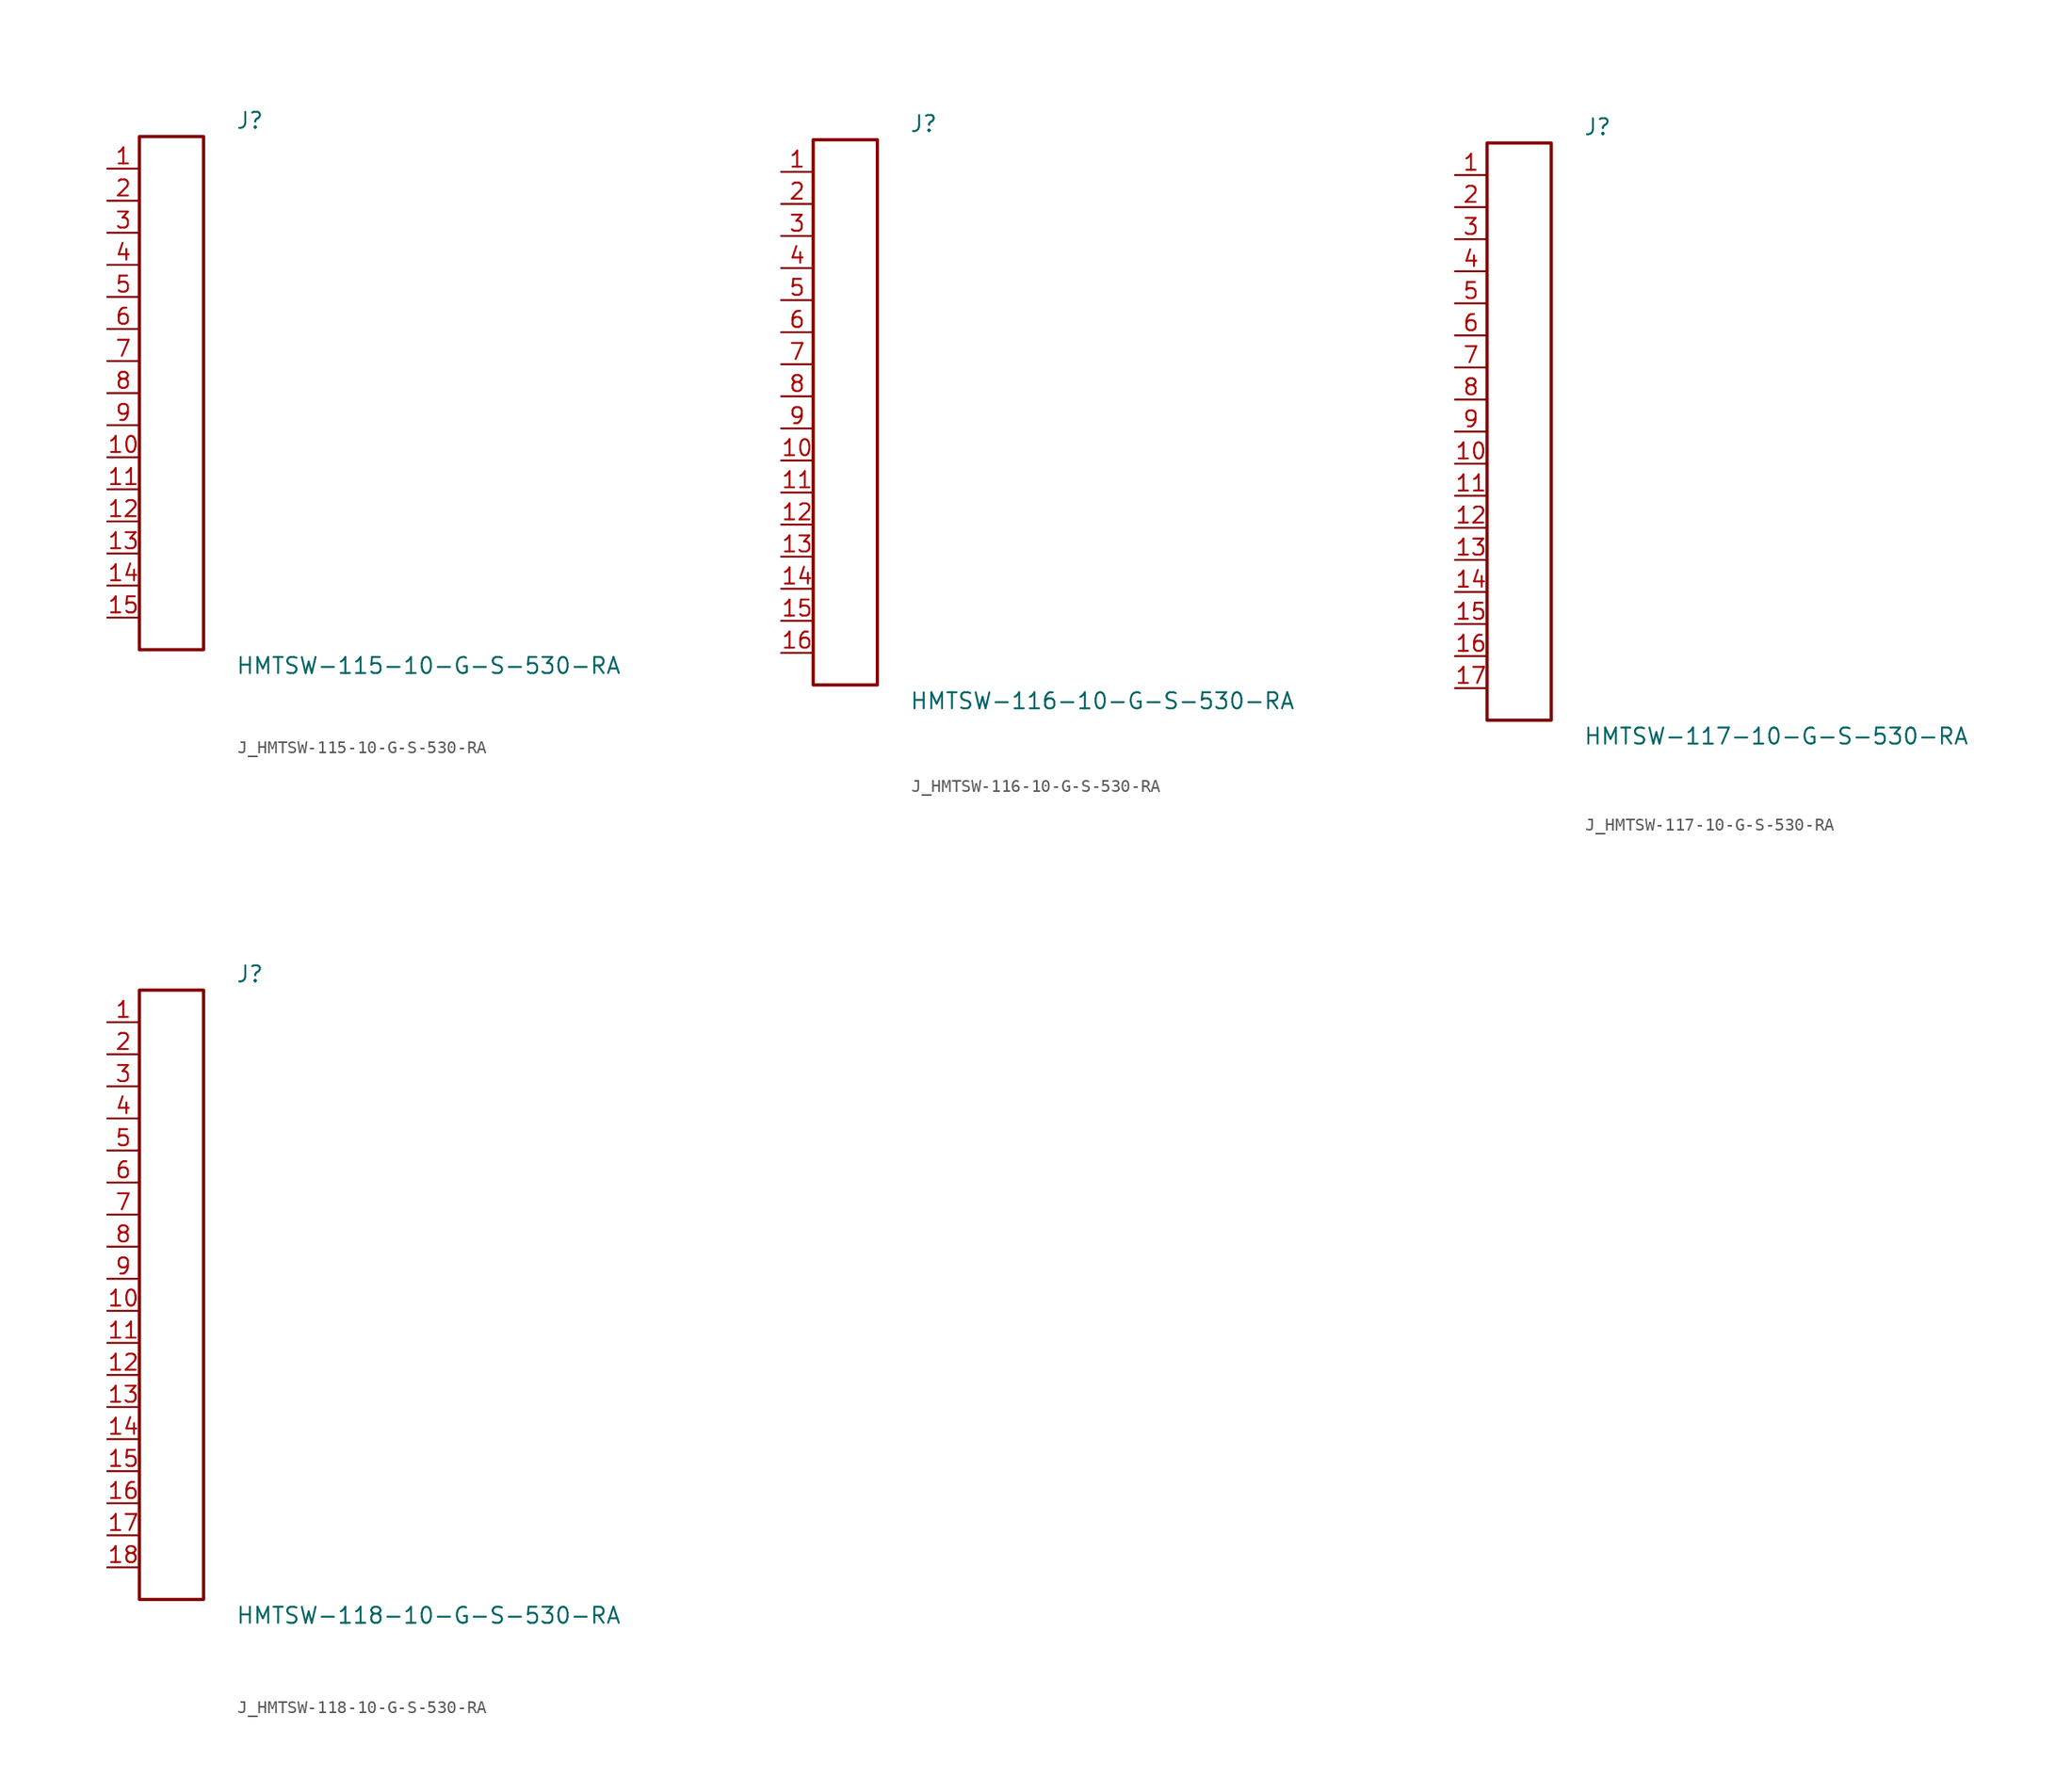
<source format=kicad_sym>
(kicad_symbol_lib
  (version 20231120)
  (generator kicad_symbol_editor)
  (generator_version 8.0)
  (symbol "J_HMTSW-115-10-G-S-530-RA"
    (pin_names
      (offset 0.254))
    (property "Reference" "J"
      (at 5.08 21.59 0)
      (effects (font (size 1.27 1.27)) (justify left)))
    (property "Value" "HMTSW-115-10-G-S-530-RA"
      (at 5.08 -21.59 0)
      (effects (font (size 1.27 1.27)) (justify left)))
    (symbol "J_HMTSW-115-10-G-S-530-RA_0_0"
      (pin unspecified line (at -5.08 17.78 0) (length 2.54) (name "" (effects (font (size 1.27 1.27)))) (number "1" (effects (font (size 1.27 1.27)))))
      (pin unspecified line (at -5.08 15.24 0) (length 2.54) (name "" (effects (font (size 1.27 1.27)))) (number "2" (effects (font (size 1.27 1.27)))))
      (pin unspecified line (at -5.08 12.7 0) (length 2.54) (name "" (effects (font (size 1.27 1.27)))) (number "3" (effects (font (size 1.27 1.27)))))
      (pin unspecified line (at -5.08 10.16 0) (length 2.54) (name "" (effects (font (size 1.27 1.27)))) (number "4" (effects (font (size 1.27 1.27)))))
      (pin unspecified line (at -5.08 7.62 0) (length 2.54) (name "" (effects (font (size 1.27 1.27)))) (number "5" (effects (font (size 1.27 1.27)))))
      (pin unspecified line (at -5.08 5.08 0) (length 2.54) (name "" (effects (font (size 1.27 1.27)))) (number "6" (effects (font (size 1.27 1.27)))))
      (pin unspecified line (at -5.08 2.54 0) (length 2.54) (name "" (effects (font (size 1.27 1.27)))) (number "7" (effects (font (size 1.27 1.27)))))
      (pin unspecified line (at -5.08 0.0 0) (length 2.54) (name "" (effects (font (size 1.27 1.27)))) (number "8" (effects (font (size 1.27 1.27)))))
      (pin unspecified line (at -5.08 -2.54 0) (length 2.54) (name "" (effects (font (size 1.27 1.27)))) (number "9" (effects (font (size 1.27 1.27)))))
      (pin unspecified line (at -5.08 -5.08 0) (length 2.54) (name "" (effects (font (size 1.27 1.27)))) (number "10" (effects (font (size 1.27 1.27)))))
      (pin unspecified line (at -5.08 -7.62 0) (length 2.54) (name "" (effects (font (size 1.27 1.27)))) (number "11" (effects (font (size 1.27 1.27)))))
      (pin unspecified line (at -5.08 -10.16 0) (length 2.54) (name "" (effects (font (size 1.27 1.27)))) (number "12" (effects (font (size 1.27 1.27)))))
      (pin unspecified line (at -5.08 -12.7 0) (length 2.54) (name "" (effects (font (size 1.27 1.27)))) (number "13" (effects (font (size 1.27 1.27)))))
      (pin unspecified line (at -5.08 -15.24 0) (length 2.54) (name "" (effects (font (size 1.27 1.27)))) (number "14" (effects (font (size 1.27 1.27)))))
      (pin unspecified line (at -5.08 -17.78 0) (length 2.54) (name "" (effects (font (size 1.27 1.27)))) (number "15" (effects (font (size 1.27 1.27))))))
    (symbol "J_HMTSW-115-10-G-S-530-RA_1_0"
      (rectangle (start -2.54 20.32) (end 2.54 -20.32) (stroke (width 0.254) (type solid)) (fill (type none)))))
  (symbol "J_HMTSW-116-10-G-S-530-RA"
    (pin_names
      (offset 0.254))
    (property "Reference" "J"
      (at 5.08 22.86 0)
      (effects (font (size 1.27 1.27)) (justify left)))
    (property "Value" "HMTSW-116-10-G-S-530-RA"
      (at 5.08 -22.86 0)
      (effects (font (size 1.27 1.27)) (justify left)))
    (symbol "J_HMTSW-116-10-G-S-530-RA_0_0"
      (pin unspecified line (at -5.08 19.05 0) (length 2.54) (name "" (effects (font (size 1.27 1.27)))) (number "1" (effects (font (size 1.27 1.27)))))
      (pin unspecified line (at -5.08 16.51 0) (length 2.54) (name "" (effects (font (size 1.27 1.27)))) (number "2" (effects (font (size 1.27 1.27)))))
      (pin unspecified line (at -5.08 13.97 0) (length 2.54) (name "" (effects (font (size 1.27 1.27)))) (number "3" (effects (font (size 1.27 1.27)))))
      (pin unspecified line (at -5.08 11.43 0) (length 2.54) (name "" (effects (font (size 1.27 1.27)))) (number "4" (effects (font (size 1.27 1.27)))))
      (pin unspecified line (at -5.08 8.89 0) (length 2.54) (name "" (effects (font (size 1.27 1.27)))) (number "5" (effects (font (size 1.27 1.27)))))
      (pin unspecified line (at -5.08 6.35 0) (length 2.54) (name "" (effects (font (size 1.27 1.27)))) (number "6" (effects (font (size 1.27 1.27)))))
      (pin unspecified line (at -5.08 3.81 0) (length 2.54) (name "" (effects (font (size 1.27 1.27)))) (number "7" (effects (font (size 1.27 1.27)))))
      (pin unspecified line (at -5.08 1.27 0) (length 2.54) (name "" (effects (font (size 1.27 1.27)))) (number "8" (effects (font (size 1.27 1.27)))))
      (pin unspecified line (at -5.08 -1.27 0) (length 2.54) (name "" (effects (font (size 1.27 1.27)))) (number "9" (effects (font (size 1.27 1.27)))))
      (pin unspecified line (at -5.08 -3.81 0) (length 2.54) (name "" (effects (font (size 1.27 1.27)))) (number "10" (effects (font (size 1.27 1.27)))))
      (pin unspecified line (at -5.08 -6.35 0) (length 2.54) (name "" (effects (font (size 1.27 1.27)))) (number "11" (effects (font (size 1.27 1.27)))))
      (pin unspecified line (at -5.08 -8.89 0) (length 2.54) (name "" (effects (font (size 1.27 1.27)))) (number "12" (effects (font (size 1.27 1.27)))))
      (pin unspecified line (at -5.08 -11.43 0) (length 2.54) (name "" (effects (font (size 1.27 1.27)))) (number "13" (effects (font (size 1.27 1.27)))))
      (pin unspecified line (at -5.08 -13.97 0) (length 2.54) (name "" (effects (font (size 1.27 1.27)))) (number "14" (effects (font (size 1.27 1.27)))))
      (pin unspecified line (at -5.08 -16.51 0) (length 2.54) (name "" (effects (font (size 1.27 1.27)))) (number "15" (effects (font (size 1.27 1.27)))))
      (pin unspecified line (at -5.08 -19.05 0) (length 2.54) (name "" (effects (font (size 1.27 1.27)))) (number "16" (effects (font (size 1.27 1.27))))))
    (symbol "J_HMTSW-116-10-G-S-530-RA_1_0"
      (rectangle (start -2.54 21.59) (end 2.54 -21.59) (stroke (width 0.254) (type solid)) (fill (type none)))))
  (symbol "J_HMTSW-117-10-G-S-530-RA"
    (pin_names
      (offset 0.254))
    (property "Reference" "J"
      (at 5.08 24.13 0)
      (effects (font (size 1.27 1.27)) (justify left)))
    (property "Value" "HMTSW-117-10-G-S-530-RA"
      (at 5.08 -24.13 0)
      (effects (font (size 1.27 1.27)) (justify left)))
    (symbol "J_HMTSW-117-10-G-S-530-RA_0_0"
      (pin unspecified line (at -5.08 20.32 0) (length 2.54) (name "" (effects (font (size 1.27 1.27)))) (number "1" (effects (font (size 1.27 1.27)))))
      (pin unspecified line (at -5.08 17.78 0) (length 2.54) (name "" (effects (font (size 1.27 1.27)))) (number "2" (effects (font (size 1.27 1.27)))))
      (pin unspecified line (at -5.08 15.24 0) (length 2.54) (name "" (effects (font (size 1.27 1.27)))) (number "3" (effects (font (size 1.27 1.27)))))
      (pin unspecified line (at -5.08 12.7 0) (length 2.54) (name "" (effects (font (size 1.27 1.27)))) (number "4" (effects (font (size 1.27 1.27)))))
      (pin unspecified line (at -5.08 10.16 0) (length 2.54) (name "" (effects (font (size 1.27 1.27)))) (number "5" (effects (font (size 1.27 1.27)))))
      (pin unspecified line (at -5.08 7.62 0) (length 2.54) (name "" (effects (font (size 1.27 1.27)))) (number "6" (effects (font (size 1.27 1.27)))))
      (pin unspecified line (at -5.08 5.08 0) (length 2.54) (name "" (effects (font (size 1.27 1.27)))) (number "7" (effects (font (size 1.27 1.27)))))
      (pin unspecified line (at -5.08 2.54 0) (length 2.54) (name "" (effects (font (size 1.27 1.27)))) (number "8" (effects (font (size 1.27 1.27)))))
      (pin unspecified line (at -5.08 0.0 0) (length 2.54) (name "" (effects (font (size 1.27 1.27)))) (number "9" (effects (font (size 1.27 1.27)))))
      (pin unspecified line (at -5.08 -2.54 0) (length 2.54) (name "" (effects (font (size 1.27 1.27)))) (number "10" (effects (font (size 1.27 1.27)))))
      (pin unspecified line (at -5.08 -5.08 0) (length 2.54) (name "" (effects (font (size 1.27 1.27)))) (number "11" (effects (font (size 1.27 1.27)))))
      (pin unspecified line (at -5.08 -7.62 0) (length 2.54) (name "" (effects (font (size 1.27 1.27)))) (number "12" (effects (font (size 1.27 1.27)))))
      (pin unspecified line (at -5.08 -10.16 0) (length 2.54) (name "" (effects (font (size 1.27 1.27)))) (number "13" (effects (font (size 1.27 1.27)))))
      (pin unspecified line (at -5.08 -12.7 0) (length 2.54) (name "" (effects (font (size 1.27 1.27)))) (number "14" (effects (font (size 1.27 1.27)))))
      (pin unspecified line (at -5.08 -15.24 0) (length 2.54) (name "" (effects (font (size 1.27 1.27)))) (number "15" (effects (font (size 1.27 1.27)))))
      (pin unspecified line (at -5.08 -17.78 0) (length 2.54) (name "" (effects (font (size 1.27 1.27)))) (number "16" (effects (font (size 1.27 1.27)))))
      (pin unspecified line (at -5.08 -20.32 0) (length 2.54) (name "" (effects (font (size 1.27 1.27)))) (number "17" (effects (font (size 1.27 1.27))))))
    (symbol "J_HMTSW-117-10-G-S-530-RA_1_0"
      (rectangle (start -2.54 22.86) (end 2.54 -22.86) (stroke (width 0.254) (type solid)) (fill (type none)))))
  (symbol "J_HMTSW-118-10-G-S-530-RA"
    (pin_names
      (offset 0.254))
    (property "Reference" "J"
      (at 5.08 25.4 0)
      (effects (font (size 1.27 1.27)) (justify left)))
    (property "Value" "HMTSW-118-10-G-S-530-RA"
      (at 5.08 -25.4 0)
      (effects (font (size 1.27 1.27)) (justify left)))
    (symbol "J_HMTSW-118-10-G-S-530-RA_0_0"
      (pin unspecified line (at -5.08 21.59 0) (length 2.54) (name "" (effects (font (size 1.27 1.27)))) (number "1" (effects (font (size 1.27 1.27)))))
      (pin unspecified line (at -5.08 19.05 0) (length 2.54) (name "" (effects (font (size 1.27 1.27)))) (number "2" (effects (font (size 1.27 1.27)))))
      (pin unspecified line (at -5.08 16.51 0) (length 2.54) (name "" (effects (font (size 1.27 1.27)))) (number "3" (effects (font (size 1.27 1.27)))))
      (pin unspecified line (at -5.08 13.97 0) (length 2.54) (name "" (effects (font (size 1.27 1.27)))) (number "4" (effects (font (size 1.27 1.27)))))
      (pin unspecified line (at -5.08 11.43 0) (length 2.54) (name "" (effects (font (size 1.27 1.27)))) (number "5" (effects (font (size 1.27 1.27)))))
      (pin unspecified line (at -5.08 8.89 0) (length 2.54) (name "" (effects (font (size 1.27 1.27)))) (number "6" (effects (font (size 1.27 1.27)))))
      (pin unspecified line (at -5.08 6.35 0) (length 2.54) (name "" (effects (font (size 1.27 1.27)))) (number "7" (effects (font (size 1.27 1.27)))))
      (pin unspecified line (at -5.08 3.81 0) (length 2.54) (name "" (effects (font (size 1.27 1.27)))) (number "8" (effects (font (size 1.27 1.27)))))
      (pin unspecified line (at -5.08 1.27 0) (length 2.54) (name "" (effects (font (size 1.27 1.27)))) (number "9" (effects (font (size 1.27 1.27)))))
      (pin unspecified line (at -5.08 -1.27 0) (length 2.54) (name "" (effects (font (size 1.27 1.27)))) (number "10" (effects (font (size 1.27 1.27)))))
      (pin unspecified line (at -5.08 -3.81 0) (length 2.54) (name "" (effects (font (size 1.27 1.27)))) (number "11" (effects (font (size 1.27 1.27)))))
      (pin unspecified line (at -5.08 -6.35 0) (length 2.54) (name "" (effects (font (size 1.27 1.27)))) (number "12" (effects (font (size 1.27 1.27)))))
      (pin unspecified line (at -5.08 -8.89 0) (length 2.54) (name "" (effects (font (size 1.27 1.27)))) (number "13" (effects (font (size 1.27 1.27)))))
      (pin unspecified line (at -5.08 -11.43 0) (length 2.54) (name "" (effects (font (size 1.27 1.27)))) (number "14" (effects (font (size 1.27 1.27)))))
      (pin unspecified line (at -5.08 -13.97 0) (length 2.54) (name "" (effects (font (size 1.27 1.27)))) (number "15" (effects (font (size 1.27 1.27)))))
      (pin unspecified line (at -5.08 -16.51 0) (length 2.54) (name "" (effects (font (size 1.27 1.27)))) (number "16" (effects (font (size 1.27 1.27)))))
      (pin unspecified line (at -5.08 -19.05 0) (length 2.54) (name "" (effects (font (size 1.27 1.27)))) (number "17" (effects (font (size 1.27 1.27)))))
      (pin unspecified line (at -5.08 -21.59 0) (length 2.54) (name "" (effects (font (size 1.27 1.27)))) (number "18" (effects (font (size 1.27 1.27))))))
    (symbol "J_HMTSW-118-10-G-S-530-RA_1_0"
      (rectangle (start -2.54 24.13) (end 2.54 -24.13) (stroke (width 0.254) (type solid)) (fill (type none))))))
</source>
